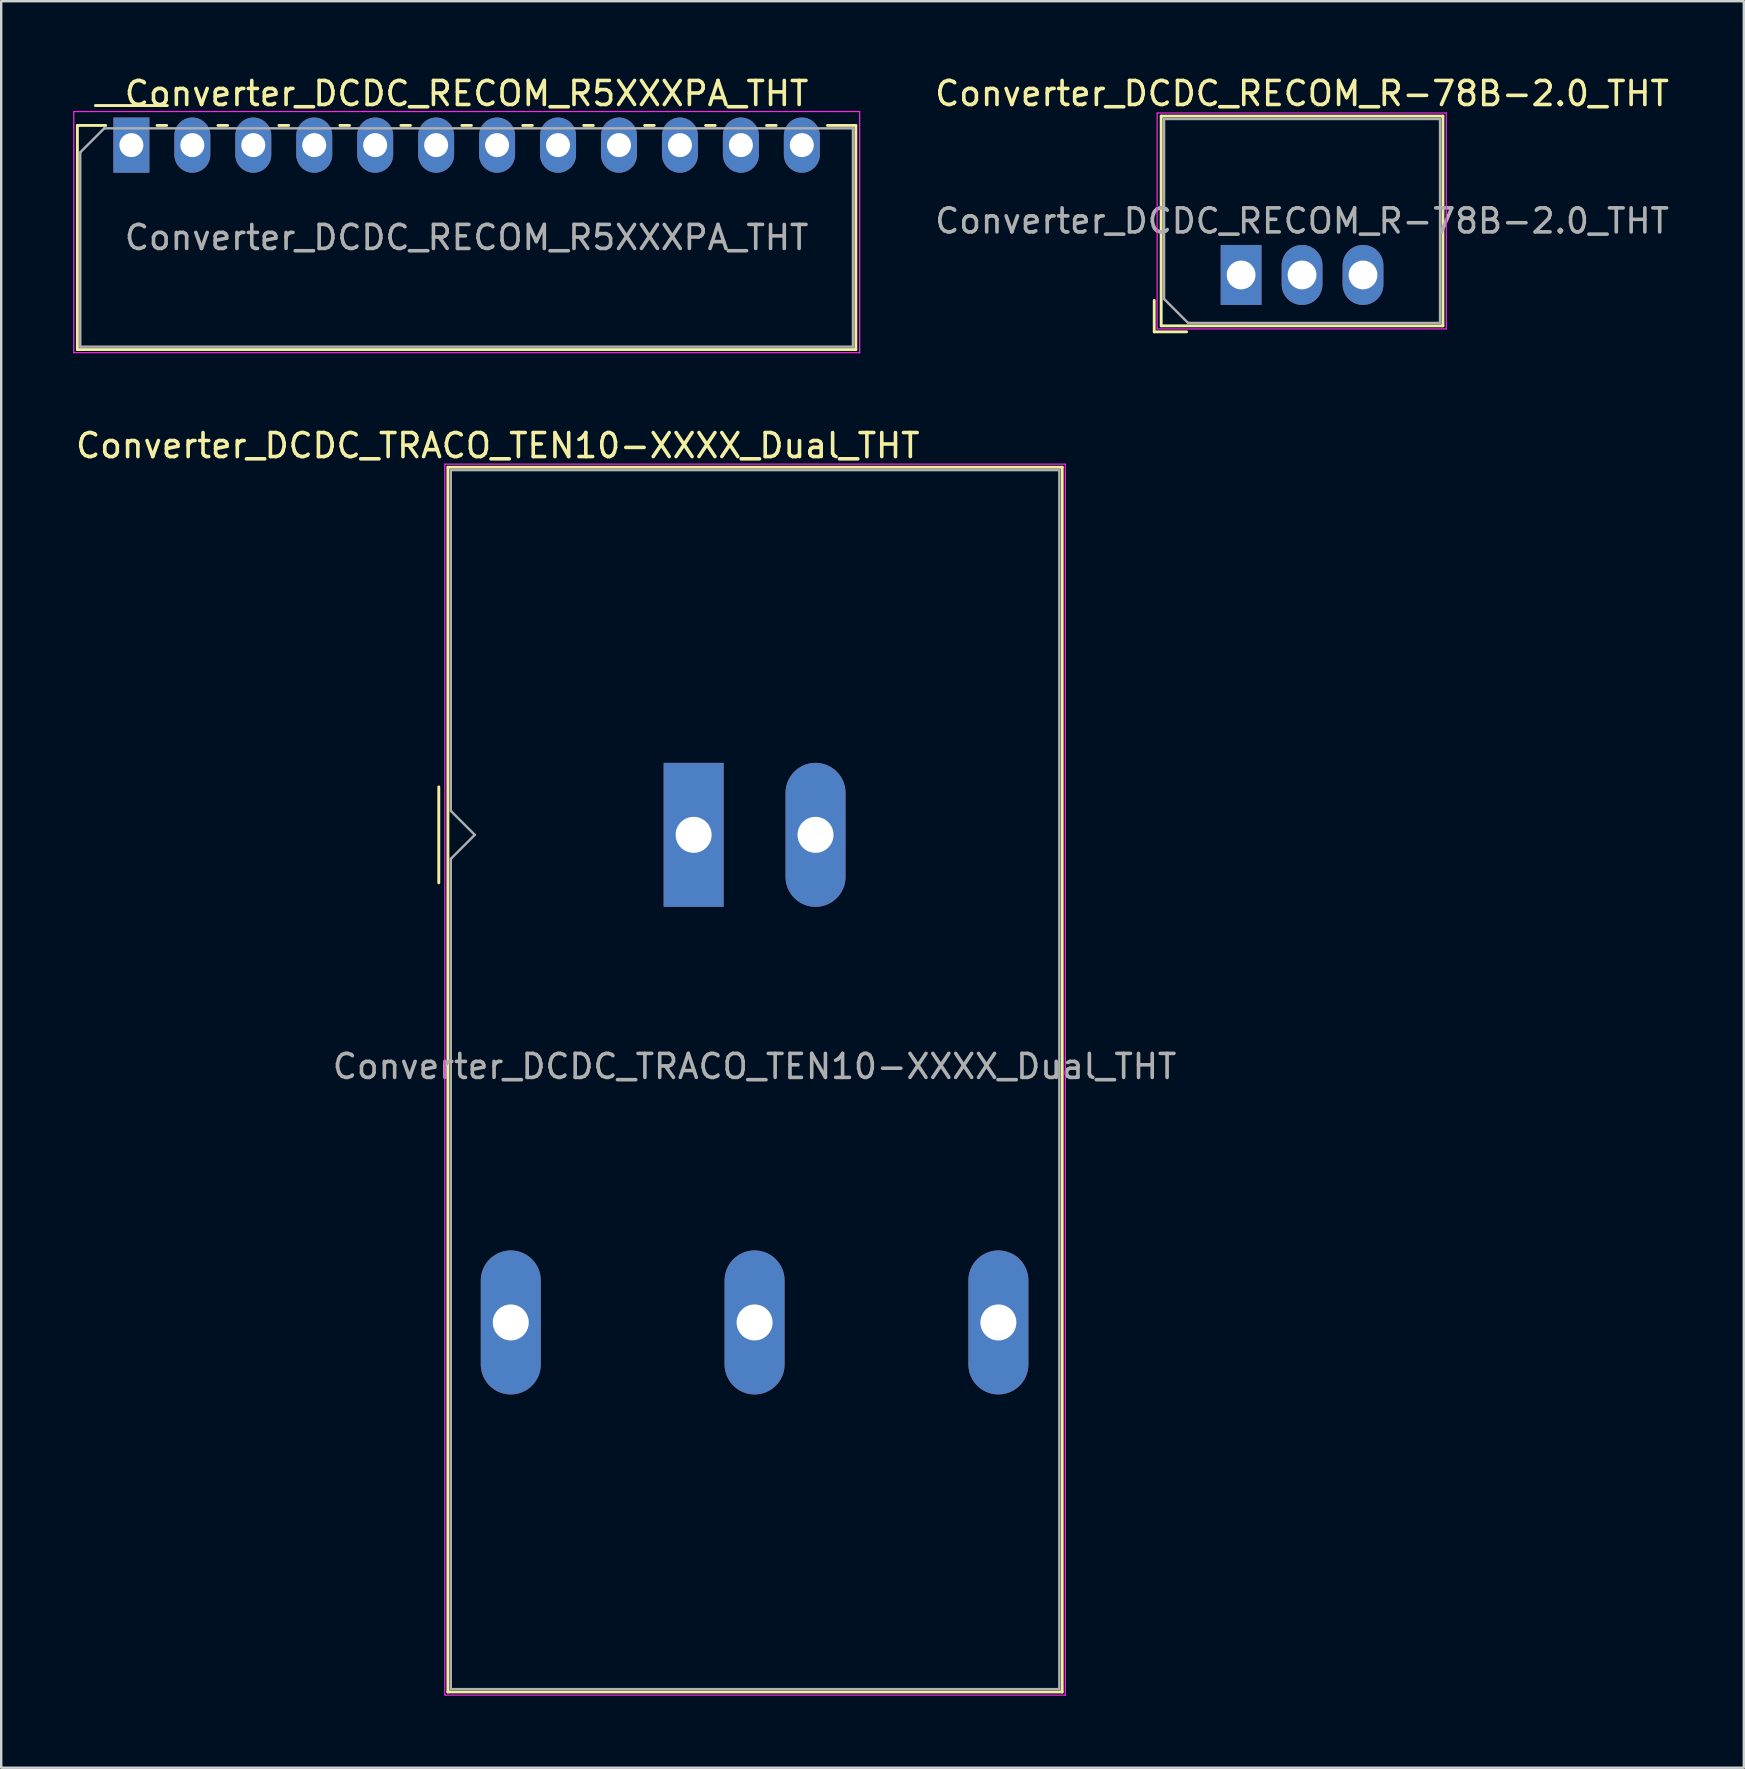
<source format=kicad_pcb>
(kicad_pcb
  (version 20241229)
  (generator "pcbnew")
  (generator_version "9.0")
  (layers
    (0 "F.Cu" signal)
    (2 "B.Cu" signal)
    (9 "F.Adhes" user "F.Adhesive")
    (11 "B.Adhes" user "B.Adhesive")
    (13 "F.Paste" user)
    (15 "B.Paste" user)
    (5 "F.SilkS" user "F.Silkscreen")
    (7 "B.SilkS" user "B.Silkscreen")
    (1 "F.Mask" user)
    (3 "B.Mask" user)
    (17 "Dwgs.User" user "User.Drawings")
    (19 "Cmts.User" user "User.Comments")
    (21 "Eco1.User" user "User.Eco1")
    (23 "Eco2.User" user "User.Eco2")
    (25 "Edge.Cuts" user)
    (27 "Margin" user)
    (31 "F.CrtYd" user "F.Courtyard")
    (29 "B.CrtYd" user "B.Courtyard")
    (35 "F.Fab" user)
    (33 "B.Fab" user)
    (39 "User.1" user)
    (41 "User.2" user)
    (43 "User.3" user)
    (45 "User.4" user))
  (footprint "Converter_DCDC_RECOM_R5XXXPA_THT"
    (layer "F.Cu")
    (at 2.425 2.998)
    (property "Reference" "Converter_DCDC_RECOM_R5XXXPA_THT" (at 13.97 -2.15 0) (layer "F.SilkS") (effects (font (size 1 1) (thickness 0.15))))
    (attr through_hole)
    (fp_line (start -2.25 -0.82) (end -2.25 8.52) (stroke (width 0.12) (type solid)) (layer "F.SilkS"))
    (fp_line (start -2.25 -0.82) (end -1.07 -0.82) (stroke (width 0.12) (type solid)) (layer "F.SilkS"))
    (fp_line (start -2.25 8.52) (end 30.19 8.52) (stroke (width 0.12) (type solid)) (layer "F.SilkS"))
    (fp_line (start -1.5 -1.65) (end 1.5 -1.65) (stroke (width 0.12) (type solid)) (layer "F.SilkS"))
    (fp_line (start 1.07 -0.82) (end 1.471 -0.82) (stroke (width 0.12) (type solid)) (layer "F.SilkS"))
    (fp_line (start 3.61 -0.82) (end 4.01 -0.82) (stroke (width 0.12) (type solid)) (layer "F.SilkS"))
    (fp_line (start 6.15 -0.82) (end 6.551 -0.82) (stroke (width 0.12) (type solid)) (layer "F.SilkS"))
    (fp_line (start 8.69 -0.82) (end 9.09 -0.82) (stroke (width 0.12) (type solid)) (layer "F.SilkS"))
    (fp_line (start 11.23 -0.82) (end 11.63 -0.82) (stroke (width 0.12) (type solid)) (layer "F.SilkS"))
    (fp_line (start 13.77 -0.82) (end 14.17 -0.82) (stroke (width 0.12) (type solid)) (layer "F.SilkS"))
    (fp_line (start 16.31 -0.82) (end 16.71 -0.82) (stroke (width 0.12) (type solid)) (layer "F.SilkS"))
    (fp_line (start 18.85 -0.82) (end 19.25 -0.82) (stroke (width 0.12) (type solid)) (layer "F.SilkS"))
    (fp_line (start 21.39 -0.82) (end 21.79 -0.82) (stroke (width 0.12) (type solid)) (layer "F.SilkS"))
    (fp_line (start 23.93 -0.82) (end 24.33 -0.82) (stroke (width 0.12) (type solid)) (layer "F.SilkS"))
    (fp_line (start 26.47 -0.82) (end 26.87 -0.82) (stroke (width 0.12) (type solid)) (layer "F.SilkS"))
    (fp_line (start 29.01 -0.82) (end 30.19 -0.82) (stroke (width 0.12) (type solid)) (layer "F.SilkS"))
    (fp_line (start 30.19 -0.82) (end 30.19 8.52) (stroke (width 0.12) (type solid)) (layer "F.SilkS"))
    (fp_line (start -2.4 -1.4) (end -2.4 8.65) (stroke (width 0.05) (type solid)) (layer "F.CrtYd"))
    (fp_line (start -2.4 8.65) (end 30.35 8.65) (stroke (width 0.05) (type solid)) (layer "F.CrtYd"))
    (fp_line (start 30.35 -1.4) (end -2.4 -1.4) (stroke (width 0.05) (type solid)) (layer "F.CrtYd"))
    (fp_line (start 30.35 8.65) (end 30.35 -1.4) (stroke (width 0.05) (type solid)) (layer "F.CrtYd"))
    (fp_line (start -2.13 0.3) (end -1.13 -0.7) (stroke (width 0.1) (type solid)) (layer "F.Fab"))
    (fp_line (start -2.13 8.4) (end -2.13 0.3) (stroke (width 0.1) (type solid)) (layer "F.Fab"))
    (fp_line (start -1.13 -0.7) (end 30.07 -0.7) (stroke (width 0.1) (type solid)) (layer "F.Fab"))
    (fp_line (start 30.07 -0.7) (end 30.07 8.4) (stroke (width 0.1) (type solid)) (layer "F.Fab"))
    (fp_line (start 30.07 8.4) (end -2.13 8.4) (stroke (width 0.1) (type solid)) (layer "F.Fab"))
    (fp_text user "${REFERENCE}" (at 13.97 3.85 0) (layer "F.Fab") (effects (font (size 1 1) (thickness 0.15))))
    (pad "1" thru_hole rect (at 0 0) (size 1.5 2.3) (drill 1) (layers "*.Cu" "*.Mask"))
    (pad "2" thru_hole oval (at 2.54 0) (size 1.5 2.3) (drill 1) (layers "*.Cu" "*.Mask"))
    (pad "3" thru_hole oval (at 5.08 0) (size 1.5 2.3) (drill 1) (layers "*.Cu" "*.Mask"))
    (pad "4" thru_hole oval (at 7.62 0) (size 1.5 2.3) (drill 1) (layers "*.Cu" "*.Mask"))
    (pad "5" thru_hole oval (at 10.16 0) (size 1.5 2.3) (drill 1) (layers "*.Cu" "*.Mask"))
    (pad "6" thru_hole oval (at 12.7 0) (size 1.5 2.3) (drill 1) (layers "*.Cu" "*.Mask"))
    (pad "7" thru_hole oval (at 15.24 0) (size 1.5 2.3) (drill 1) (layers "*.Cu" "*.Mask"))
    (pad "8" thru_hole oval (at 17.78 0) (size 1.5 2.3) (drill 1) (layers "*.Cu" "*.Mask"))
    (pad "9" thru_hole oval (at 20.32 0) (size 1.5 2.3) (drill 1) (layers "*.Cu" "*.Mask"))
    (pad "10" thru_hole oval (at 22.86 0) (size 1.5 2.3) (drill 1) (layers "*.Cu" "*.Mask"))
    (pad "11" thru_hole oval (at 25.4 0) (size 1.5 2.3) (drill 1) (layers "*.Cu" "*.Mask"))
    (pad "12" thru_hole oval (at 27.94 0) (size 1.5 2.3) (drill 1) (layers "*.Cu" "*.Mask")))
  (footprint "Converter_DCDC_RECOM_R-78B-2.0_THT"
    (layer "F.Cu")
    (at 48.671 8.408)
    (property "Reference" "Converter_DCDC_RECOM_R-78B-2.0_THT" (at 2.54 -7.56 0) (layer "F.SilkS") (effects (font (size 1 1) (thickness 0.15))))
    (attr through_hole)
    (fp_line (start -3.62 1.06) (end -3.62 2.37) (stroke (width 0.12) (type solid)) (layer "F.SilkS"))
    (fp_line (start -3.62 2.37) (end -2.27 2.37) (stroke (width 0.12) (type solid)) (layer "F.SilkS"))
    (fp_line (start -3.33 -6.62) (end -3.33 2.12) (stroke (width 0.12) (type solid)) (layer "F.SilkS"))
    (fp_line (start -3.33 -6.62) (end 8.41 -6.62) (stroke (width 0.12) (type solid)) (layer "F.SilkS"))
    (fp_line (start -3.33 2.12) (end 8.41 2.12) (stroke (width 0.12) (type solid)) (layer "F.SilkS"))
    (fp_line (start 8.41 -6.62) (end 8.41 2.12) (stroke (width 0.12) (type solid)) (layer "F.SilkS"))
    (fp_line (start -3.5 -6.75) (end -3.5 2.25) (stroke (width 0.05) (type solid)) (layer "F.CrtYd"))
    (fp_line (start -3.5 2.25) (end 8.55 2.25) (stroke (width 0.05) (type solid)) (layer "F.CrtYd"))
    (fp_line (start 8.55 -6.75) (end -3.5 -6.75) (stroke (width 0.05) (type solid)) (layer "F.CrtYd"))
    (fp_line (start 8.55 2.25) (end 8.55 -6.75) (stroke (width 0.05) (type solid)) (layer "F.CrtYd"))
    (fp_line (start -3.21 -6.5) (end 8.29 -6.5) (stroke (width 0.1) (type solid)) (layer "F.Fab"))
    (fp_line (start -3.21 1) (end -3.21 -6.5) (stroke (width 0.1) (type solid)) (layer "F.Fab"))
    (fp_line (start -2.21 2) (end -3.21 1) (stroke (width 0.1) (type solid)) (layer "F.Fab"))
    (fp_line (start 8.29 -6.5) (end 8.29 2) (stroke (width 0.1) (type solid)) (layer "F.Fab"))
    (fp_line (start 8.29 2) (end -2.21 2) (stroke (width 0.1) (type solid)) (layer "F.Fab"))
    (fp_text user "${REFERENCE}" (at 2.54 -2.25 0) (layer "F.Fab") (effects (font (size 1 1) (thickness 0.15))))
    (pad "1" thru_hole rect (at 0 0) (size 1.7 2.5) (drill 1.2) (layers "*.Cu" "*.Mask"))
    (pad "2" thru_hole oval (at 2.54 0) (size 1.7 2.5) (drill 1.2) (layers "*.Cu" "*.Mask"))
    (pad "3" thru_hole oval (at 5.08 0) (size 1.7 2.5) (drill 1.2) (layers "*.Cu" "*.Mask")))
  (footprint "Converter_DCDC_TRACO_TEN10-XXXX_Dual_THT"
    (layer "F.Cu")
    (at 25.856 31.741)
    (property "Reference" "Converter_DCDC_TRACO_TEN10-XXXX_Dual_THT" (at -8.16 -16.22 180) (layer "F.SilkS") (effects (font (size 1 1) (thickness 0.15))))
    (attr through_hole)
    (fp_line (start -10.62 -2) (end -10.62 2) (stroke (width 0.12) (type solid)) (layer "F.SilkS"))
    (fp_line (start -10.24 -15.32) (end 15.36 -15.32) (stroke (width 0.12) (type solid)) (layer "F.SilkS"))
    (fp_line (start -10.24 35.72) (end -10.24 -15.32) (stroke (width 0.12) (type solid)) (layer "F.SilkS"))
    (fp_line (start 15.36 -15.32) (end 15.36 35.72) (stroke (width 0.12) (type solid)) (layer "F.SilkS"))
    (fp_line (start 15.36 35.72) (end -10.24 35.72) (stroke (width 0.12) (type solid)) (layer "F.SilkS"))
    (fp_line (start -10.37 -15.45) (end 15.49 -15.45) (stroke (width 0.05) (type solid)) (layer "F.CrtYd"))
    (fp_line (start -10.37 35.85) (end -10.37 -15.45) (stroke (width 0.05) (type solid)) (layer "F.CrtYd"))
    (fp_line (start -10.37 35.85) (end 15.49 35.85) (stroke (width 0.05) (type solid)) (layer "F.CrtYd"))
    (fp_line (start 15.49 35.85) (end 15.49 -15.45) (stroke (width 0.05) (type solid)) (layer "F.CrtYd"))
    (fp_line (start -10.12 -1) (end -10.12 -15.2) (stroke (width 0.1) (type solid)) (layer "F.Fab"))
    (fp_line (start -10.12 1) (end -10.12 35.6) (stroke (width 0.1) (type solid)) (layer "F.Fab"))
    (fp_line (start -10.12 1) (end -9.12 0) (stroke (width 0.1) (type solid)) (layer "F.Fab"))
    (fp_line (start -10.12 35.6) (end 15.24 35.6) (stroke (width 0.1) (type solid)) (layer "F.Fab"))
    (fp_line (start -9.12 0) (end -10.12 -1) (stroke (width 0.1) (type solid)) (layer "F.Fab"))
    (fp_line (start 15.24 -15.2) (end -10.12 -15.2) (stroke (width 0.1) (type solid)) (layer "F.Fab"))
    (fp_line (start 15.24 35.6) (end 15.24 -15.2) (stroke (width 0.1) (type solid)) (layer "F.Fab"))
    (fp_text user "${REFERENCE}" (at 2.54 9.652 0) (layer "F.Fab") (effects (font (size 1 1) (thickness 0.15))))
    (pad "1" thru_hole rect (at 0 0 90) (size 6 2.5) (drill 1.5) (layers "*.Cu" "*.Mask"))
    (pad "2" thru_hole oval (at 5.08 0 90) (size 6 2.5) (drill 1.5) (layers "*.Cu" "*.Mask"))
    (pad "3" thru_hole oval (at -7.62 20.32 90) (size 6 2.5) (drill 1.5) (layers "*.Cu" "*.Mask"))
    (pad "4" thru_hole oval (at 2.54 20.32 90) (size 6 2.5) (drill 1.5) (layers "*.Cu" "*.Mask"))
    (pad "5" thru_hole oval (at 12.7 20.32 90) (size 6 2.5) (drill 1.5) (layers "*.Cu" "*.Mask")))
  (gr_rect
    (start -3 -3)
    (end 69.621 70.617)
    (stroke (width 0.1) (type default))
    (fill no)
    (layer "Edge.Cuts")))
</source>
